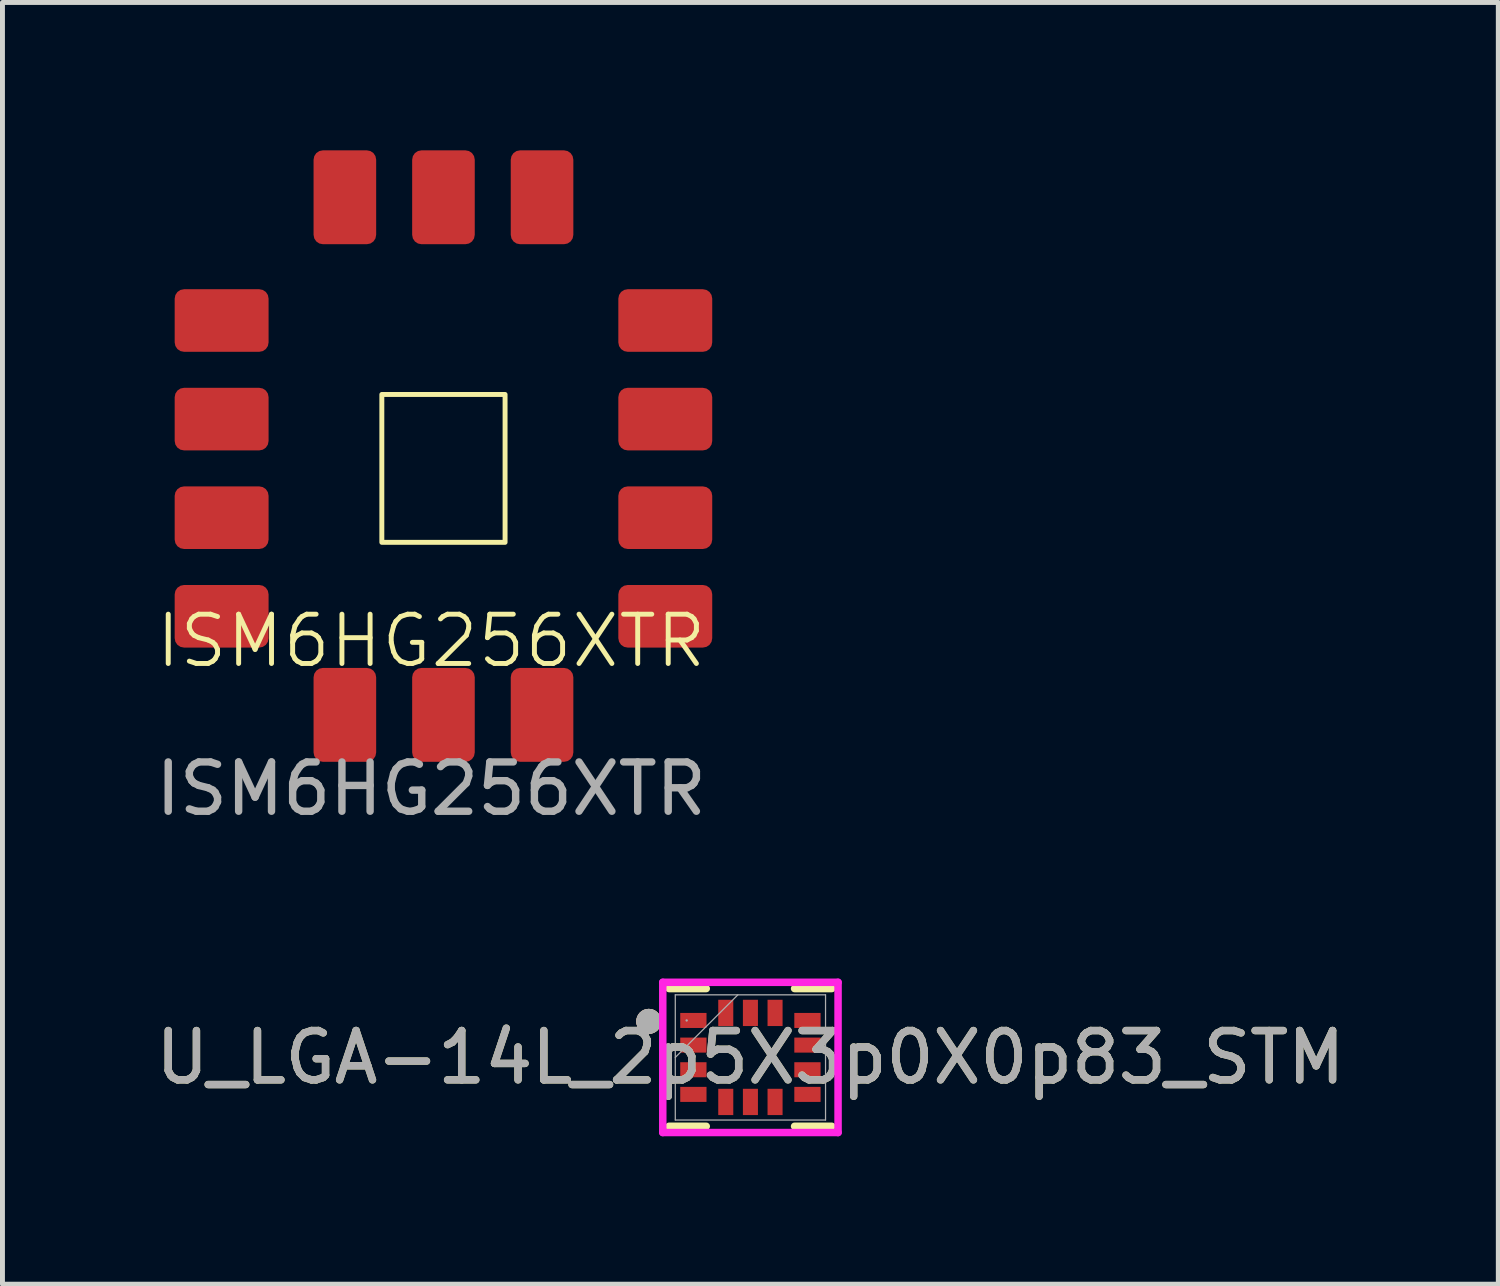
<source format=kicad_pcb>
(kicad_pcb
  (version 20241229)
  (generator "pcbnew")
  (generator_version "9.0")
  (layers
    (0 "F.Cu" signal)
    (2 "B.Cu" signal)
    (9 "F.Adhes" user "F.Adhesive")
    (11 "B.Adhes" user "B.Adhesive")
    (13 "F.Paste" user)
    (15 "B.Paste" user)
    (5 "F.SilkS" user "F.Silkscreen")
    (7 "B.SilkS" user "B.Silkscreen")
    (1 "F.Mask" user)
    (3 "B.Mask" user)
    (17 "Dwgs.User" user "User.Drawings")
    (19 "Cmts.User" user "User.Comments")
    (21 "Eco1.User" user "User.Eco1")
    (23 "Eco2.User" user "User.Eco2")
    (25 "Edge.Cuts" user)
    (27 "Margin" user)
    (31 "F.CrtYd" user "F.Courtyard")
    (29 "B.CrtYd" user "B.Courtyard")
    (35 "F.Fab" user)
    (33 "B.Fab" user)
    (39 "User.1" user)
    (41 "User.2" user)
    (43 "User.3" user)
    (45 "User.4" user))
  (footprint "ISM6HG256XTR"
    (layer "F.Cu")
    (at 4.696 7.952)
    (property "Reference" "ISM6HG256XTR" (at 1 2 0) (unlocked yes) (layer "F.SilkS") (effects (font (size 1 1) (thickness 0.1))))
    (attr smd)
    (fp_rect (start 0 -3) (end 2.5 0) (stroke (width 0.1) (type default)) (fill no) (layer "F.SilkS"))
    (fp_text user "${REFERENCE}" (at 1 5 0) (unlocked yes) (layer "F.Fab") (effects (font (size 1 1) (thickness 0.15))))
    (pad "1" smd roundrect (at -3.25 -4.5) (size 1.905 1.27) (layers "F.Cu" "F.Mask" "F.Paste") (roundrect_rratio 0.15))
    (pad "2" smd roundrect (at -3.25 -2.5) (size 1.905 1.27) (layers "F.Cu" "F.Mask" "F.Paste") (roundrect_rratio 0.15))
    (pad "3" smd roundrect (at -3.25 -0.5) (size 1.905 1.27) (layers "F.Cu" "F.Mask" "F.Paste") (roundrect_rratio 0.15))
    (pad "4" smd roundrect (at -3.25 1.5) (size 1.905 1.27) (layers "F.Cu" "F.Mask" "F.Paste") (roundrect_rratio 0.15))
    (pad "5" smd roundrect (at -0.75 3.5 270) (size 1.905 1.27) (layers "F.Cu" "F.Mask" "F.Paste") (roundrect_rratio 0.15))
    (pad "6" smd roundrect (at 1.25 3.5 270) (size 1.905 1.27) (layers "F.Cu" "F.Mask" "F.Paste") (roundrect_rratio 0.15))
    (pad "7" smd roundrect (at 3.25 3.5 270) (size 1.905 1.27) (layers "F.Cu" "F.Mask" "F.Paste") (roundrect_rratio 0.15))
    (pad "8" smd roundrect (at 5.75 1.5) (size 1.905 1.27) (layers "F.Cu" "F.Mask" "F.Paste") (roundrect_rratio 0.15))
    (pad "9" smd roundrect (at 5.75 -0.5 180) (size 1.905 1.27) (layers "F.Cu" "F.Mask" "F.Paste") (roundrect_rratio 0.15))
    (pad "10" smd roundrect (at 5.75 -2.5 180) (size 1.905 1.27) (layers "F.Cu" "F.Mask" "F.Paste") (roundrect_rratio 0.15))
    (pad "11" smd roundrect (at 5.75 -4.5 180) (size 1.905 1.27) (layers "F.Cu" "F.Mask" "F.Paste") (roundrect_rratio 0.15))
    (pad "12" smd roundrect (at 3.25 -7 90) (size 1.905 1.27) (layers "F.Cu" "F.Mask" "F.Paste") (roundrect_rratio 0.15))
    (pad "13" smd roundrect (at 1.25 -7 90) (size 1.905 1.27) (layers "F.Cu" "F.Mask" "F.Paste") (roundrect_rratio 0.15))
    (pad "14" smd roundrect (at -0.75 -7 90) (size 1.905 1.27) (layers "F.Cu" "F.Mask" "F.Paste") (roundrect_rratio 0.15)))
  (footprint "U_LGA-14L_2p5X3p0X0p83_STM"
    (layer "F.Cu")
    (at 12.173 18.401)
    (property "Reference" "U_LGA-14L_2p5X3p0X0p83_STM" (at 0 0 0) (unlocked yes) (layer "F.SilkS") (effects (font (size 1 1) (thickness 0.15))))
    (attr smd)
    (fp_line (start -1.651 1.397) (end -0.896 1.397) (stroke (width 0.152) (type solid)) (layer "F.SilkS"))
    (fp_line (start -0.896 -1.397) (end -1.651 -1.397) (stroke (width 0.152) (type solid)) (layer "F.SilkS"))
    (fp_line (start 0.896 1.397) (end 1.651 1.397) (stroke (width 0.152) (type solid)) (layer "F.SilkS"))
    (fp_line (start 1.651 -1.397) (end 0.896 -1.397) (stroke (width 0.152) (type solid)) (layer "F.SilkS"))
    (fp_circle (center -2.062 -0.731) (end -1.935 -0.731) (stroke (width 0.254) (type solid)) (fill no) (layer "F.SilkS"))
    (fp_circle (center -2.062 -0.731) (end -1.935 -0.731) (stroke (width 0.254) (type solid)) (fill no) (layer "B.SilkS"))
    (fp_line (start -1.778 -1.524) (end -1.778 1.524) (stroke (width 0.152) (type solid)) (layer "F.CrtYd"))
    (fp_line (start -1.778 1.524) (end 1.778 1.524) (stroke (width 0.152) (type solid)) (layer "F.CrtYd"))
    (fp_line (start 1.778 -1.524) (end -1.778 -1.524) (stroke (width 0.152) (type solid)) (layer "F.CrtYd"))
    (fp_line (start 1.778 1.524) (end 1.778 -1.524) (stroke (width 0.152) (type solid)) (layer "F.CrtYd"))
    (fp_line (start -1.524 -1.27) (end -1.524 1.27) (stroke (width 0.025) (type solid)) (layer "F.Fab"))
    (fp_line (start -1.524 0) (end -0.254 -1.27) (stroke (width 0.025) (type solid)) (layer "F.Fab"))
    (fp_line (start -1.524 1.27) (end 1.524 1.27) (stroke (width 0.025) (type solid)) (layer "F.Fab"))
    (fp_line (start 1.524 -1.27) (end -1.524 -1.27) (stroke (width 0.025) (type solid)) (layer "F.Fab"))
    (fp_line (start 1.524 1.27) (end 1.524 -1.27) (stroke (width 0.025) (type solid)) (layer "F.Fab"))
    (fp_circle (center -2.062 -0.731) (end -1.935 -0.731) (stroke (width 0.254) (type solid)) (fill no) (layer "F.Fab"))
    (fp_circle (center -1.293 -0.75) (end -1.293 -0.75) (stroke (width 0.025) (type solid)) (fill no) (layer "F.Fab"))
    (fp_text user "${REFERENCE}" (at 0 0 0) (unlocked yes) (layer "F.Fab") (effects (font (size 1 1) (thickness 0.15))))
    (pad "1" smd rect (at -1.157 -0.75) (size 0.533 0.305) (layers "F.Cu" "F.Mask" "F.Paste"))
    (pad "2" smd rect (at -1.157 -0.25) (size 0.533 0.305) (layers "F.Cu" "F.Mask" "F.Paste"))
    (pad "3" smd rect (at -1.157 0.25) (size 0.533 0.305) (layers "F.Cu" "F.Mask" "F.Paste"))
    (pad "4" smd rect (at -1.157 0.75) (size 0.533 0.305) (layers "F.Cu" "F.Mask" "F.Paste"))
    (pad "5" smd rect (at -0.5 0.903 90) (size 0.533 0.305) (layers "F.Cu" "F.Mask" "F.Paste"))
    (pad "6" smd rect (at 0 0.903 90) (size 0.533 0.305) (layers "F.Cu" "F.Mask" "F.Paste"))
    (pad "7" smd rect (at 0.5 0.903 90) (size 0.533 0.305) (layers "F.Cu" "F.Mask" "F.Paste"))
    (pad "8" smd rect (at 1.157 0.75) (size 0.533 0.305) (layers "F.Cu" "F.Mask" "F.Paste"))
    (pad "9" smd rect (at 1.157 0.25) (size 0.533 0.305) (layers "F.Cu" "F.Mask" "F.Paste"))
    (pad "10" smd rect (at 1.157 -0.25) (size 0.533 0.305) (layers "F.Cu" "F.Mask" "F.Paste"))
    (pad "11" smd rect (at 1.157 -0.75) (size 0.533 0.305) (layers "F.Cu" "F.Mask" "F.Paste"))
    (pad "12" smd rect (at 0.5 -0.903 90) (size 0.533 0.305) (layers "F.Cu" "F.Mask" "F.Paste"))
    (pad "13" smd rect (at 0 -0.903 90) (size 0.533 0.305) (layers "F.Cu" "F.Mask" "F.Paste"))
    (pad "14" smd rect (at -0.5 -0.903 90) (size 0.533 0.305) (layers "F.Cu" "F.Mask" "F.Paste")))
  (gr_rect
    (start -3 -3)
    (end 27.345 23.001)
    (stroke (width 0.1) (type default))
    (fill no)
    (layer "Edge.Cuts")))
</source>
